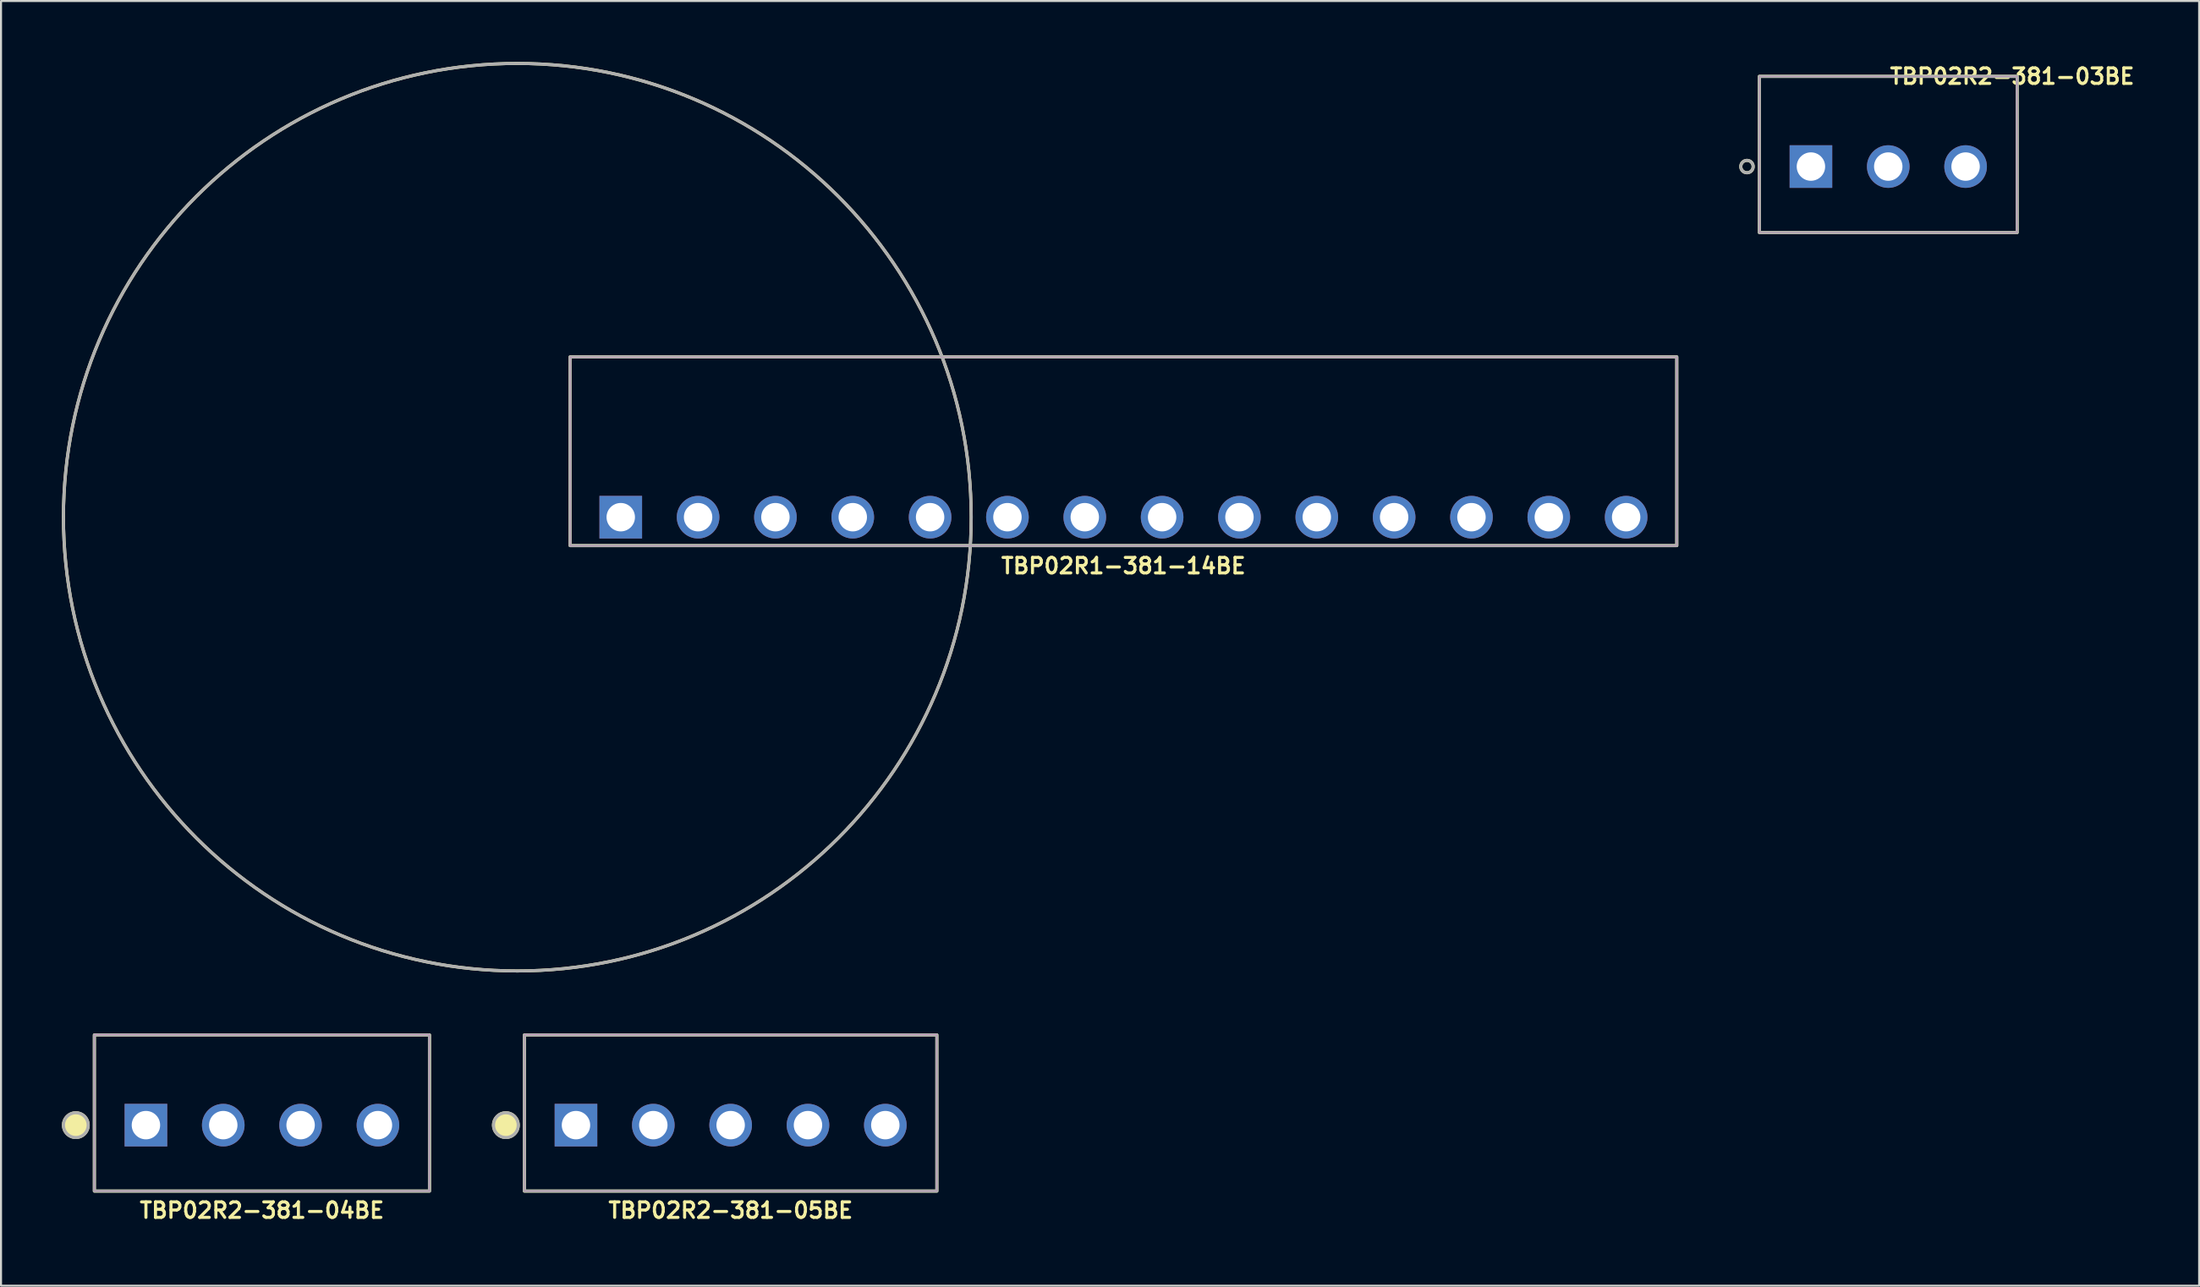
<source format=kicad_pcb>
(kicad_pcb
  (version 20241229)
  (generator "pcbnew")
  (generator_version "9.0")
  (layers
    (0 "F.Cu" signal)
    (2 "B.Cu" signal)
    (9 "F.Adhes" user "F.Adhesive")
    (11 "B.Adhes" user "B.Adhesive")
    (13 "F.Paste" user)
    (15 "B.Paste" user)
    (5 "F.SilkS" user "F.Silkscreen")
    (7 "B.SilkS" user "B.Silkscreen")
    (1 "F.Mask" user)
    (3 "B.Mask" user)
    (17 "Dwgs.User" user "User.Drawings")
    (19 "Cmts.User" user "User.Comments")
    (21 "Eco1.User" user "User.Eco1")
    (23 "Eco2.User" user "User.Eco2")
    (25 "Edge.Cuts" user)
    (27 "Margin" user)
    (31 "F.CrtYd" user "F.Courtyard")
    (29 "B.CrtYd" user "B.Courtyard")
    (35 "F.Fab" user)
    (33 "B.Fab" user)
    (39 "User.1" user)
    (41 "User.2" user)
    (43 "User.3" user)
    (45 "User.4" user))
  (footprint "TBP02R2-381-04BE"
    (layer "F.Cu")
    (at 9.854 52.394)
    (property "Reference" "TBP02R2-381-04BE" (at 0 4.2 0) (layer "F.SilkS") (effects (font (size 0.762 0.762) (thickness 0.152))))
    (attr through_hole)
    (fp_rect (start -8.255 -4.445) (end 8.255 3.251) (stroke (width 0.152) (type default)) (fill no) (layer "F.SilkS"))
    (fp_circle (center -9.169 0) (end -8.56 0) (stroke (width 0.152) (type solid)) (fill yes) (layer "F.SilkS"))
    (fp_rect (start -8.255 -4.445) (end 8.255 3.251) (stroke (width 0.006) (type default)) (fill no) (layer "F.CrtYd"))
    (fp_rect (start -8.255 -4.445) (end 8.255 3.251) (stroke (width 0.152) (type default)) (fill no) (layer "F.Fab"))
    (fp_circle (center -9.169 0) (end -8.56 0) (stroke (width 0.152) (type solid)) (fill no) (layer "F.Fab"))
    (pad "1" thru_hole rect (at -5.715 0) (size 2.1 2.1) (drill 1.4) (layers "*.Cu" "*.Mask"))
    (pad "2" thru_hole circle (at -1.905 0) (size 2.1 2.1) (drill 1.4) (layers "*.Cu" "*.Mask"))
    (pad "3" thru_hole circle (at 1.905 0) (size 2.1 2.1) (drill 1.4) (layers "*.Cu" "*.Mask"))
    (pad "4" thru_hole circle (at 5.715 0) (size 2.1 2.1) (drill 1.4) (layers "*.Cu" "*.Mask")))
  (footprint "TBP02R2-381-03BE"
    (layer "F.Cu")
    (at 89.974 5.158)
    (property "Reference" "TBP02R2-381-03BE" (at 0 -4.445 0) (layer "F.SilkS") (effects (font (size 0.762 0.762) (thickness 0.152)) (justify left)))
    (attr through_hole)
    (fp_rect (start -6.35 -4.445) (end 6.35 3.251) (stroke (width 0.152) (type default)) (fill no) (layer "F.SilkS"))
    (fp_circle (center -6.96 0) (end -6.655 0) (stroke (width 0.152) (type solid)) (fill no) (layer "F.SilkS"))
    (fp_rect (start -6.35 -4.445) (end 6.35 3.251) (stroke (width 0.006) (type default)) (fill no) (layer "F.CrtYd"))
    (fp_rect (start -6.35 -4.445) (end 6.35 3.251) (stroke (width 0.152) (type default)) (fill no) (layer "F.Fab"))
    (fp_circle (center -6.96 0) (end -6.655 0) (stroke (width 0.152) (type solid)) (fill no) (layer "F.Fab"))
    (pad "1" thru_hole rect (at -3.81 0) (size 2.1 2.1) (drill 1.4) (layers "*.Cu" "*.Mask"))
    (pad "2" thru_hole circle (at 0 0) (size 2.1 2.1) (drill 1.4) (layers "*.Cu" "*.Mask"))
    (pad "3" thru_hole circle (at 3.81 0) (size 2.1 2.1) (drill 1.4) (layers "*.Cu" "*.Mask")))
  (footprint "TBP02R2-381-05BE"
    (layer "F.Cu")
    (at 32.945 52.394)
    (property "Reference" "TBP02R2-381-05BE" (at 0 4.2 0) (layer "F.SilkS") (effects (font (size 0.762 0.762) (thickness 0.152))))
    (attr through_hole)
    (fp_rect (start -10.16 -4.445) (end 10.16 3.251) (stroke (width 0.152) (type default)) (fill no) (layer "F.SilkS"))
    (fp_circle (center -11.074 0) (end -10.465 0) (stroke (width 0.152) (type solid)) (fill yes) (layer "F.SilkS"))
    (fp_rect (start -10.16 -4.445) (end 10.16 3.251) (stroke (width 0.006) (type default)) (fill no) (layer "F.CrtYd"))
    (fp_rect (start -10.16 -4.445) (end 10.16 3.251) (stroke (width 0.152) (type default)) (fill no) (layer "F.Fab"))
    (fp_circle (center -11.074 0) (end -10.465 0) (stroke (width 0.152) (type solid)) (fill no) (layer "F.Fab"))
    (pad "1" thru_hole rect (at -7.62 0) (size 2.1 2.1) (drill 1.4) (layers "*.Cu" "*.Mask"))
    (pad "2" thru_hole circle (at -3.81 0) (size 2.1 2.1) (drill 1.4) (layers "*.Cu" "*.Mask"))
    (pad "3" thru_hole circle (at 0 0) (size 2.1 2.1) (drill 1.4) (layers "*.Cu" "*.Mask"))
    (pad "4" thru_hole circle (at 3.81 0) (size 2.1 2.1) (drill 1.4) (layers "*.Cu" "*.Mask"))
    (pad "5" thru_hole circle (at 7.62 0) (size 2.1 2.1) (drill 1.4) (layers "*.Cu" "*.Mask")))
  (footprint "TBP02R1-381-14BE"
    (layer "F.Cu")
    (at 52.296 22.436)
    (property "Reference" "TBP02R1-381-14BE" (at 0 2.4 0) (layer "F.SilkS") (effects (font (size 0.762 0.762) (thickness 0.152))))
    (attr through_hole)
    (fp_rect (start -27.26 1.4) (end 27.26 -7.9) (stroke (width 0.152) (type default)) (fill no) (layer "F.SilkS"))
    (fp_circle (center -29.86 0) (end -7.5 0) (stroke (width 0.152) (type solid)) (fill no) (layer "F.SilkS"))
    (fp_rect (start -27.26 1.4) (end 27.26 -7.9) (stroke (width 0.006) (type default)) (fill no) (layer "F.CrtYd"))
    (fp_rect (start -27.26 1.4) (end 27.26 -7.9) (stroke (width 0.152) (type default)) (fill no) (layer "F.Fab"))
    (fp_circle (center -29.86 0) (end -7.5 0) (stroke (width 0.152) (type solid)) (fill no) (layer "F.Fab"))
    (pad "1" thru_hole rect (at -24.765 0) (size 2.1 2.1) (drill 1.4) (layers "*.Cu" "*.Mask"))
    (pad "2" thru_hole circle (at -20.955 0) (size 2.1 2.1) (drill 1.4) (layers "*.Cu" "*.Mask"))
    (pad "3" thru_hole circle (at -17.145 0) (size 2.1 2.1) (drill 1.4) (layers "*.Cu" "*.Mask"))
    (pad "4" thru_hole circle (at -13.335 0) (size 2.1 2.1) (drill 1.4) (layers "*.Cu" "*.Mask"))
    (pad "5" thru_hole circle (at -9.525 0) (size 2.1 2.1) (drill 1.4) (layers "*.Cu" "*.Mask"))
    (pad "6" thru_hole circle (at -5.715 0) (size 2.1 2.1) (drill 1.4) (layers "*.Cu" "*.Mask"))
    (pad "7" thru_hole circle (at -1.905 0) (size 2.1 2.1) (drill 1.4) (layers "*.Cu" "*.Mask"))
    (pad "8" thru_hole circle (at 1.905 0) (size 2.1 2.1) (drill 1.4) (layers "*.Cu" "*.Mask"))
    (pad "9" thru_hole circle (at 5.715 0) (size 2.1 2.1) (drill 1.4) (layers "*.Cu" "*.Mask"))
    (pad "10" thru_hole circle (at 9.525 0) (size 2.1 2.1) (drill 1.4) (layers "*.Cu" "*.Mask"))
    (pad "11" thru_hole circle (at 13.335 0) (size 2.1 2.1) (drill 1.4) (layers "*.Cu" "*.Mask"))
    (pad "12" thru_hole circle (at 17.145 0) (size 2.1 2.1) (drill 1.4) (layers "*.Cu" "*.Mask"))
    (pad "13" thru_hole circle (at 20.955 0) (size 2.1 2.1) (drill 1.4) (layers "*.Cu" "*.Mask"))
    (pad "14" thru_hole circle (at 24.765 0) (size 2.1 2.1) (drill 1.4) (layers "*.Cu" "*.Mask")))
  (gr_rect
    (start -3 -3)
    (end 105.289 60.307)
    (stroke (width 0.1) (type default))
    (fill no)
    (layer "Edge.Cuts")))
</source>
